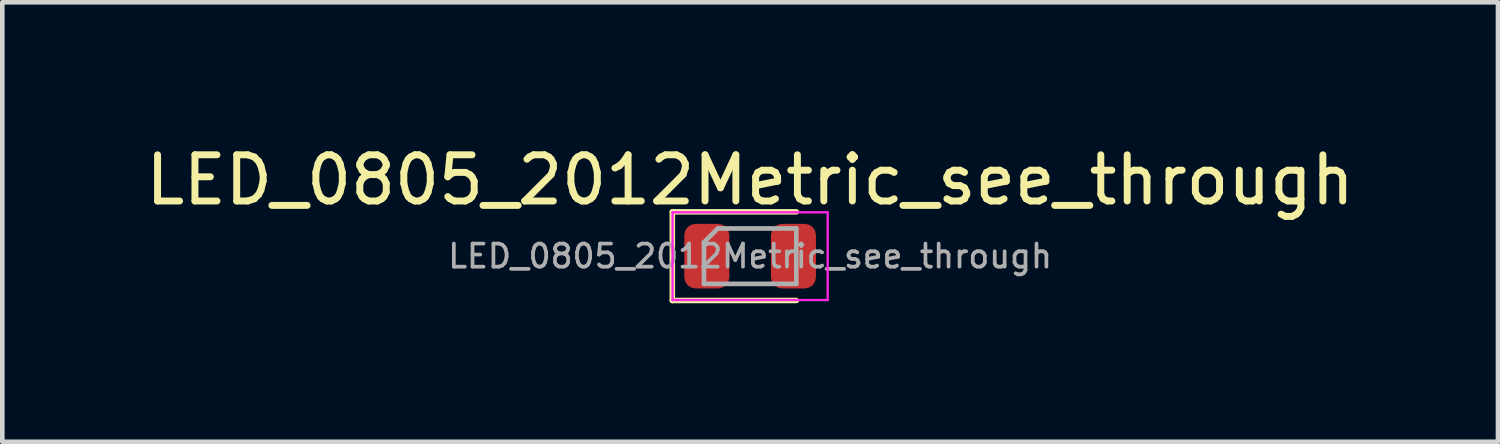
<source format=kicad_pcb>
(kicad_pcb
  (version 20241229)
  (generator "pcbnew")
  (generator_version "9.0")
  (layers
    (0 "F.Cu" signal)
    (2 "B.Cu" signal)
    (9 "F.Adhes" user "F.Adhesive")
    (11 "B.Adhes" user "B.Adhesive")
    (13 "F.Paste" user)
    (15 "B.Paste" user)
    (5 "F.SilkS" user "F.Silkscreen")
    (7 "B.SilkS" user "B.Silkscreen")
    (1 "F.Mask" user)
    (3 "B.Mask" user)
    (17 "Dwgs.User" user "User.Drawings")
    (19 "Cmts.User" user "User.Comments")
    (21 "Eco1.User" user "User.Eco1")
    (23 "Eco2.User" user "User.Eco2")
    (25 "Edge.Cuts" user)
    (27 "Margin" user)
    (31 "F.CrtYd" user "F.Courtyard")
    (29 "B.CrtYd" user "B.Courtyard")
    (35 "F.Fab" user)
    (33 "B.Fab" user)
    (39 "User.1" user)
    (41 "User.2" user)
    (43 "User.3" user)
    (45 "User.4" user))
  (footprint "LED_0805_2012Metric_see_through"
    (layer "F.Cu")
    (at 13.196 2.498)
    (property "Reference" "LED_0805_2012Metric_see_through" (at 0 -1.65 0) (layer "F.SilkS") (effects (font (size 1 1) (thickness 0.15))))
    (attr smd)
    (fp_rect (start -0.7 -0.7) (end 0.65 0.7) (stroke (width 0.01) (type solid)) (fill yes) (layer "F.Mask"))
    (fp_rect (start -1.3 -0.7) (end 1.3 0.7) (stroke (width 0.01) (type solid)) (fill yes) (layer "B.Mask"))
    (fp_line (start -1.685 -0.96) (end -1.685 0.96) (stroke (width 0.12) (type solid)) (layer "F.SilkS"))
    (fp_line (start -1.685 0.96) (end 1 0.96) (stroke (width 0.12) (type solid)) (layer "F.SilkS"))
    (fp_line (start 1 -0.96) (end -1.685 -0.96) (stroke (width 0.12) (type solid)) (layer "F.SilkS"))
    (fp_line (start -1.68 -0.95) (end 1.68 -0.95) (stroke (width 0.05) (type solid)) (layer "F.CrtYd"))
    (fp_line (start -1.68 0.95) (end -1.68 -0.95) (stroke (width 0.05) (type solid)) (layer "F.CrtYd"))
    (fp_line (start 1.68 -0.95) (end 1.68 0.95) (stroke (width 0.05) (type solid)) (layer "F.CrtYd"))
    (fp_line (start 1.68 0.95) (end -1.68 0.95) (stroke (width 0.05) (type solid)) (layer "F.CrtYd"))
    (fp_line (start -1 -0.3) (end -1 0.6) (stroke (width 0.1) (type solid)) (layer "F.Fab"))
    (fp_line (start -1 0.6) (end 1 0.6) (stroke (width 0.1) (type solid)) (layer "F.Fab"))
    (fp_line (start -0.7 -0.6) (end -1 -0.3) (stroke (width 0.1) (type solid)) (layer "F.Fab"))
    (fp_line (start 1 -0.6) (end -0.7 -0.6) (stroke (width 0.1) (type solid)) (layer "F.Fab"))
    (fp_line (start 1 0.6) (end 1 -0.6) (stroke (width 0.1) (type solid)) (layer "F.Fab"))
    (fp_text user "${REFERENCE}" (at 0 0 0) (layer "F.Fab") (effects (font (size 0.5 0.5) (thickness 0.08))))
    (pad "1" smd roundrect (at -0.938 0) (size 0.975 1.4) (layers "F.Cu" "F.Mask" "F.Paste") (roundrect_rratio 0.25))
    (pad "2" smd roundrect (at 0.938 0) (size 0.975 1.4) (layers "F.Cu" "F.Mask" "F.Paste") (roundrect_rratio 0.25))
    (zone (net_name "") (layer "F.Cu") (hatch edge 0.508) (connect_pads) (min_thickness 0.254) (filled_areas_thickness no) (keepout (tracks not_allowed) (vias not_allowed) (pads allowed) (copperpour not_allowed) (footprints allowed)) (placement (enabled no)) (fill) (polygon (pts (xy 13.696 3.198) (xy 12.696 3.198) (xy 12.696 1.798) (xy 13.696 1.798))))
    (zone (net_name "") (layer "In1.Cu") (hatch edge 0.508) (connect_pads) (min_thickness 0.254) (filled_areas_thickness no) (keepout (tracks not_allowed) (vias not_allowed) (pads not_allowed) (copperpour not_allowed) (footprints allowed)) (placement (enabled no)) (fill) (polygon (pts (xy 14.596 3.198) (xy 11.796 3.198) (xy 11.796 1.798) (xy 14.596 1.798)))))
  (gr_rect
    (start -3 -3)
    (end 29.393 6.518)
    (stroke (width 0.1) (type default))
    (fill no)
    (layer "Edge.Cuts")))
</source>
